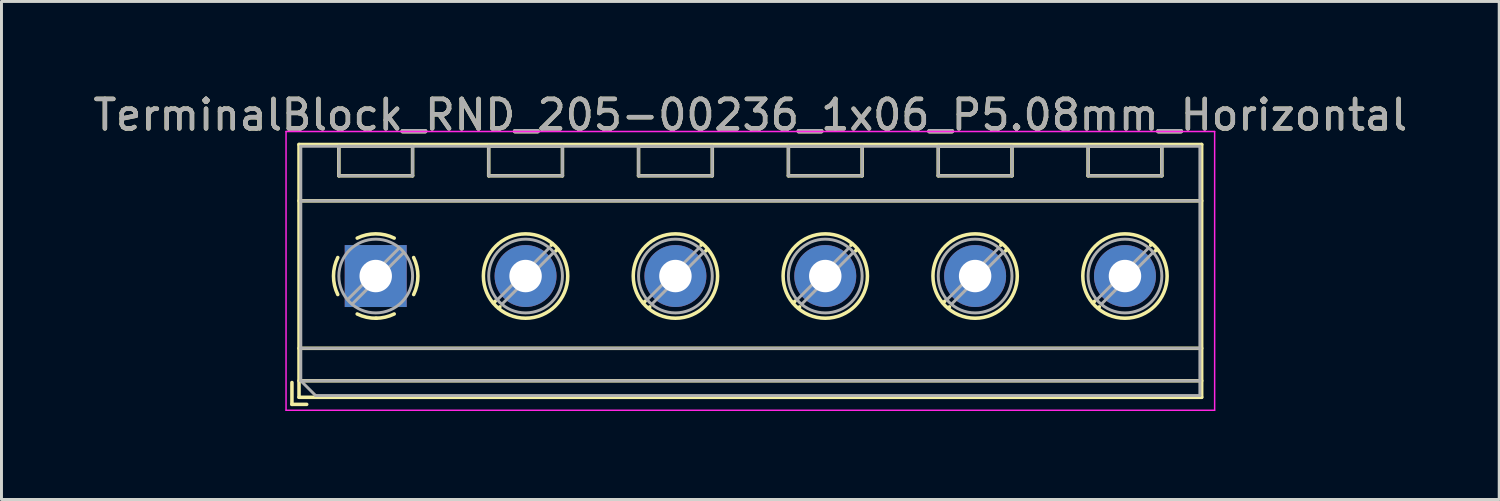
<source format=kicad_pcb>
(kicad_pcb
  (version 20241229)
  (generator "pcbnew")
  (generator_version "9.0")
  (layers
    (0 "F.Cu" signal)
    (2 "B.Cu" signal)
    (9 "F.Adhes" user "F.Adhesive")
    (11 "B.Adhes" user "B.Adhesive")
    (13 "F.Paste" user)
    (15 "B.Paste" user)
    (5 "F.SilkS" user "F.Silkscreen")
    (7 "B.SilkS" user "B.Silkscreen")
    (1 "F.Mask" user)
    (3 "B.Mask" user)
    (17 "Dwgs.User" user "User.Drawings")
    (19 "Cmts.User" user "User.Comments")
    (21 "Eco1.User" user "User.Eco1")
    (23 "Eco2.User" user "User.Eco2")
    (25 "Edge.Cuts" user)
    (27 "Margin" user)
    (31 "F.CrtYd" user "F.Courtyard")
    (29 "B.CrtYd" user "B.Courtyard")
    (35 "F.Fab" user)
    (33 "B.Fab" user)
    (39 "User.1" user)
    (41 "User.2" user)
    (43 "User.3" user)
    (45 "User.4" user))
  (footprint "TerminalBlock_RND_205-00236_1x06_P5.08mm_Horizontal"
    (layer "F.Cu")
    (at 9.687 6.308)
    (property "Reference" "TerminalBlock_RND_205-00236_1x06_P5.08mm_Horizontal" (at 12.7 -5.46 0) (layer "F.SilkS") (effects (font (size 1 1) (thickness 0.15))))
    (attr through_hole)
    (fp_line (start -2.84 3.61) (end -2.84 4.35) (stroke (width 0.12) (type solid)) (layer "F.SilkS"))
    (fp_line (start -2.84 4.35) (end -2.34 4.35) (stroke (width 0.12) (type solid)) (layer "F.SilkS"))
    (fp_line (start -2.6 -4.46) (end -2.6 4.11) (stroke (width 0.12) (type solid)) (layer "F.SilkS"))
    (fp_line (start -2.6 -4.46) (end 28 -4.46) (stroke (width 0.12) (type solid)) (layer "F.SilkS"))
    (fp_line (start -2.6 -2.55) (end 28 -2.55) (stroke (width 0.12) (type solid)) (layer "F.SilkS"))
    (fp_line (start -2.6 2.45) (end 28 2.45) (stroke (width 0.12) (type solid)) (layer "F.SilkS"))
    (fp_line (start -2.6 3.55) (end 28 3.55) (stroke (width 0.12) (type solid)) (layer "F.SilkS"))
    (fp_line (start -2.6 4.11) (end 28 4.11) (stroke (width 0.12) (type solid)) (layer "F.SilkS"))
    (fp_line (start -1.25 -4.4) (end -1.25 -3.4) (stroke (width 0.12) (type solid)) (layer "F.SilkS"))
    (fp_line (start -1.25 -4.4) (end 1.25 -4.4) (stroke (width 0.12) (type solid)) (layer "F.SilkS"))
    (fp_line (start -1.25 -3.4) (end 1.25 -3.4) (stroke (width 0.12) (type solid)) (layer "F.SilkS"))
    (fp_line (start 1.25 -4.4) (end 1.25 -3.4) (stroke (width 0.12) (type solid)) (layer "F.SilkS"))
    (fp_line (start 3.83 -4.4) (end 3.83 -3.4) (stroke (width 0.12) (type solid)) (layer "F.SilkS"))
    (fp_line (start 3.83 -4.4) (end 6.33 -4.4) (stroke (width 0.12) (type solid)) (layer "F.SilkS"))
    (fp_line (start 3.83 -3.4) (end 6.33 -3.4) (stroke (width 0.12) (type solid)) (layer "F.SilkS"))
    (fp_line (start 4.056 0.85) (end 3.996 0.91) (stroke (width 0.12) (type solid)) (layer "F.SilkS"))
    (fp_line (start 4.21 1.045) (end 4.17 1.085) (stroke (width 0.12) (type solid)) (layer "F.SilkS"))
    (fp_line (start 5.991 -1.085) (end 5.951 -1.045) (stroke (width 0.12) (type solid)) (layer "F.SilkS"))
    (fp_line (start 6.165 -0.91) (end 6.105 -0.851) (stroke (width 0.12) (type solid)) (layer "F.SilkS"))
    (fp_line (start 6.33 -4.4) (end 6.33 -3.4) (stroke (width 0.12) (type solid)) (layer "F.SilkS"))
    (fp_line (start 8.91 -4.4) (end 8.91 -3.4) (stroke (width 0.12) (type solid)) (layer "F.SilkS"))
    (fp_line (start 8.91 -4.4) (end 11.41 -4.4) (stroke (width 0.12) (type solid)) (layer "F.SilkS"))
    (fp_line (start 8.91 -3.4) (end 11.41 -3.4) (stroke (width 0.12) (type solid)) (layer "F.SilkS"))
    (fp_line (start 9.136 0.85) (end 9.076 0.91) (stroke (width 0.12) (type solid)) (layer "F.SilkS"))
    (fp_line (start 9.29 1.045) (end 9.25 1.085) (stroke (width 0.12) (type solid)) (layer "F.SilkS"))
    (fp_line (start 11.071 -1.085) (end 11.031 -1.045) (stroke (width 0.12) (type solid)) (layer "F.SilkS"))
    (fp_line (start 11.245 -0.91) (end 11.185 -0.851) (stroke (width 0.12) (type solid)) (layer "F.SilkS"))
    (fp_line (start 11.41 -4.4) (end 11.41 -3.4) (stroke (width 0.12) (type solid)) (layer "F.SilkS"))
    (fp_line (start 13.99 -4.4) (end 13.99 -3.4) (stroke (width 0.12) (type solid)) (layer "F.SilkS"))
    (fp_line (start 13.99 -4.4) (end 16.49 -4.4) (stroke (width 0.12) (type solid)) (layer "F.SilkS"))
    (fp_line (start 13.99 -3.4) (end 16.49 -3.4) (stroke (width 0.12) (type solid)) (layer "F.SilkS"))
    (fp_line (start 14.216 0.85) (end 14.156 0.91) (stroke (width 0.12) (type solid)) (layer "F.SilkS"))
    (fp_line (start 14.37 1.045) (end 14.33 1.085) (stroke (width 0.12) (type solid)) (layer "F.SilkS"))
    (fp_line (start 16.151 -1.085) (end 16.111 -1.045) (stroke (width 0.12) (type solid)) (layer "F.SilkS"))
    (fp_line (start 16.325 -0.91) (end 16.265 -0.851) (stroke (width 0.12) (type solid)) (layer "F.SilkS"))
    (fp_line (start 16.49 -4.4) (end 16.49 -3.4) (stroke (width 0.12) (type solid)) (layer "F.SilkS"))
    (fp_line (start 19.07 -4.4) (end 19.07 -3.4) (stroke (width 0.12) (type solid)) (layer "F.SilkS"))
    (fp_line (start 19.07 -4.4) (end 21.57 -4.4) (stroke (width 0.12) (type solid)) (layer "F.SilkS"))
    (fp_line (start 19.07 -3.4) (end 21.57 -3.4) (stroke (width 0.12) (type solid)) (layer "F.SilkS"))
    (fp_line (start 19.296 0.85) (end 19.236 0.91) (stroke (width 0.12) (type solid)) (layer "F.SilkS"))
    (fp_line (start 19.45 1.045) (end 19.41 1.085) (stroke (width 0.12) (type solid)) (layer "F.SilkS"))
    (fp_line (start 21.231 -1.085) (end 21.191 -1.045) (stroke (width 0.12) (type solid)) (layer "F.SilkS"))
    (fp_line (start 21.405 -0.91) (end 21.345 -0.851) (stroke (width 0.12) (type solid)) (layer "F.SilkS"))
    (fp_line (start 21.57 -4.4) (end 21.57 -3.4) (stroke (width 0.12) (type solid)) (layer "F.SilkS"))
    (fp_line (start 24.15 -4.4) (end 24.15 -3.4) (stroke (width 0.12) (type solid)) (layer "F.SilkS"))
    (fp_line (start 24.15 -4.4) (end 26.65 -4.4) (stroke (width 0.12) (type solid)) (layer "F.SilkS"))
    (fp_line (start 24.15 -3.4) (end 26.65 -3.4) (stroke (width 0.12) (type solid)) (layer "F.SilkS"))
    (fp_line (start 24.376 0.85) (end 24.316 0.91) (stroke (width 0.12) (type solid)) (layer "F.SilkS"))
    (fp_line (start 24.53 1.045) (end 24.49 1.085) (stroke (width 0.12) (type solid)) (layer "F.SilkS"))
    (fp_line (start 26.311 -1.085) (end 26.271 -1.045) (stroke (width 0.12) (type solid)) (layer "F.SilkS"))
    (fp_line (start 26.485 -0.91) (end 26.425 -0.851) (stroke (width 0.12) (type solid)) (layer "F.SilkS"))
    (fp_line (start 26.65 -4.4) (end 26.65 -3.4) (stroke (width 0.12) (type solid)) (layer "F.SilkS"))
    (fp_line (start 28 -4.46) (end 28 4.11) (stroke (width 0.12) (type solid)) (layer "F.SilkS"))
    (fp_arc (start -1.286611 0.626746) (mid -1.431146 -0.000697) (end -1.286 -0.628) (stroke (width 0.12) (type solid)) (layer "F.SilkS"))
    (fp_arc (start -0.627362 -1.285823) (mid -0.000201 -1.430707) (end 0.627 -1.286) (stroke (width 0.12) (type solid)) (layer "F.SilkS"))
    (fp_arc (start 0.02428 1.43094) (mid -0.310437 1.397071) (end -0.628 1.286) (stroke (width 0.12) (type solid)) (layer "F.SilkS"))
    (fp_arc (start 0.626871 1.285275) (mid 0.32168 1.393349) (end 0 1.43) (stroke (width 0.12) (type solid)) (layer "F.SilkS"))
    (fp_arc (start 1.285823 -0.627362) (mid 1.430707 -0.000201) (end 1.286 0.627) (stroke (width 0.12) (type solid)) (layer "F.SilkS"))
    (fp_circle (center 5.08 0) (end 6.51 0) (stroke (width 0.12) (type solid)) (fill no) (layer "F.SilkS"))
    (fp_circle (center 10.16 0) (end 11.59 0) (stroke (width 0.12) (type solid)) (fill no) (layer "F.SilkS"))
    (fp_circle (center 15.24 0) (end 16.67 0) (stroke (width 0.12) (type solid)) (fill no) (layer "F.SilkS"))
    (fp_circle (center 20.32 0) (end 21.75 0) (stroke (width 0.12) (type solid)) (fill no) (layer "F.SilkS"))
    (fp_circle (center 25.4 0) (end 26.83 0) (stroke (width 0.12) (type solid)) (fill no) (layer "F.SilkS"))
    (fp_line (start -3.04 -4.9) (end -3.04 4.55) (stroke (width 0.05) (type solid)) (layer "F.CrtYd"))
    (fp_line (start -3.04 4.55) (end 28.44 4.55) (stroke (width 0.05) (type solid)) (layer "F.CrtYd"))
    (fp_line (start 28.44 -4.9) (end -3.04 -4.9) (stroke (width 0.05) (type solid)) (layer "F.CrtYd"))
    (fp_line (start 28.44 4.55) (end 28.44 -4.9) (stroke (width 0.05) (type solid)) (layer "F.CrtYd"))
    (fp_line (start -2.54 -4.4) (end 27.94 -4.4) (stroke (width 0.1) (type solid)) (layer "F.Fab"))
    (fp_line (start -2.54 -2.55) (end 27.94 -2.55) (stroke (width 0.1) (type solid)) (layer "F.Fab"))
    (fp_line (start -2.54 2.45) (end 27.94 2.45) (stroke (width 0.1) (type solid)) (layer "F.Fab"))
    (fp_line (start -2.54 3.55) (end -2.54 -4.4) (stroke (width 0.1) (type solid)) (layer "F.Fab"))
    (fp_line (start -2.54 3.55) (end 27.94 3.55) (stroke (width 0.1) (type solid)) (layer "F.Fab"))
    (fp_line (start -2.04 4.05) (end -2.54 3.55) (stroke (width 0.1) (type solid)) (layer "F.Fab"))
    (fp_line (start -1.25 -4.4) (end -1.25 -3.4) (stroke (width 0.1) (type solid)) (layer "F.Fab"))
    (fp_line (start -1.25 -3.4) (end 1.25 -3.4) (stroke (width 0.1) (type solid)) (layer "F.Fab"))
    (fp_line (start 0.796 -0.948) (end -0.949 0.796) (stroke (width 0.1) (type solid)) (layer "F.Fab"))
    (fp_line (start 0.949 -0.796) (end -0.796 0.948) (stroke (width 0.1) (type solid)) (layer "F.Fab"))
    (fp_line (start 1.25 -4.4) (end -1.25 -4.4) (stroke (width 0.1) (type solid)) (layer "F.Fab"))
    (fp_line (start 1.25 -3.4) (end 1.25 -4.4) (stroke (width 0.1) (type solid)) (layer "F.Fab"))
    (fp_line (start 3.83 -4.4) (end 3.83 -3.4) (stroke (width 0.1) (type solid)) (layer "F.Fab"))
    (fp_line (start 3.83 -3.4) (end 6.33 -3.4) (stroke (width 0.1) (type solid)) (layer "F.Fab"))
    (fp_line (start 5.876 -0.948) (end 4.132 0.796) (stroke (width 0.1) (type solid)) (layer "F.Fab"))
    (fp_line (start 6.029 -0.796) (end 4.285 0.948) (stroke (width 0.1) (type solid)) (layer "F.Fab"))
    (fp_line (start 6.33 -4.4) (end 3.83 -4.4) (stroke (width 0.1) (type solid)) (layer "F.Fab"))
    (fp_line (start 6.33 -3.4) (end 6.33 -4.4) (stroke (width 0.1) (type solid)) (layer "F.Fab"))
    (fp_line (start 8.91 -4.4) (end 8.91 -3.4) (stroke (width 0.1) (type solid)) (layer "F.Fab"))
    (fp_line (start 8.91 -3.4) (end 11.41 -3.4) (stroke (width 0.1) (type solid)) (layer "F.Fab"))
    (fp_line (start 10.956 -0.948) (end 9.212 0.796) (stroke (width 0.1) (type solid)) (layer "F.Fab"))
    (fp_line (start 11.109 -0.796) (end 9.365 0.948) (stroke (width 0.1) (type solid)) (layer "F.Fab"))
    (fp_line (start 11.41 -4.4) (end 8.91 -4.4) (stroke (width 0.1) (type solid)) (layer "F.Fab"))
    (fp_line (start 11.41 -3.4) (end 11.41 -4.4) (stroke (width 0.1) (type solid)) (layer "F.Fab"))
    (fp_line (start 13.99 -4.4) (end 13.99 -3.4) (stroke (width 0.1) (type solid)) (layer "F.Fab"))
    (fp_line (start 13.99 -3.4) (end 16.49 -3.4) (stroke (width 0.1) (type solid)) (layer "F.Fab"))
    (fp_line (start 16.036 -0.948) (end 14.292 0.796) (stroke (width 0.1) (type solid)) (layer "F.Fab"))
    (fp_line (start 16.189 -0.796) (end 14.445 0.948) (stroke (width 0.1) (type solid)) (layer "F.Fab"))
    (fp_line (start 16.49 -4.4) (end 13.99 -4.4) (stroke (width 0.1) (type solid)) (layer "F.Fab"))
    (fp_line (start 16.49 -3.4) (end 16.49 -4.4) (stroke (width 0.1) (type solid)) (layer "F.Fab"))
    (fp_line (start 19.07 -4.4) (end 19.07 -3.4) (stroke (width 0.1) (type solid)) (layer "F.Fab"))
    (fp_line (start 19.07 -3.4) (end 21.57 -3.4) (stroke (width 0.1) (type solid)) (layer "F.Fab"))
    (fp_line (start 21.116 -0.948) (end 19.372 0.796) (stroke (width 0.1) (type solid)) (layer "F.Fab"))
    (fp_line (start 21.269 -0.796) (end 19.525 0.948) (stroke (width 0.1) (type solid)) (layer "F.Fab"))
    (fp_line (start 21.57 -4.4) (end 19.07 -4.4) (stroke (width 0.1) (type solid)) (layer "F.Fab"))
    (fp_line (start 21.57 -3.4) (end 21.57 -4.4) (stroke (width 0.1) (type solid)) (layer "F.Fab"))
    (fp_line (start 24.15 -4.4) (end 24.15 -3.4) (stroke (width 0.1) (type solid)) (layer "F.Fab"))
    (fp_line (start 24.15 -3.4) (end 26.65 -3.4) (stroke (width 0.1) (type solid)) (layer "F.Fab"))
    (fp_line (start 26.196 -0.948) (end 24.452 0.796) (stroke (width 0.1) (type solid)) (layer "F.Fab"))
    (fp_line (start 26.349 -0.796) (end 24.605 0.948) (stroke (width 0.1) (type solid)) (layer "F.Fab"))
    (fp_line (start 26.65 -4.4) (end 24.15 -4.4) (stroke (width 0.1) (type solid)) (layer "F.Fab"))
    (fp_line (start 26.65 -3.4) (end 26.65 -4.4) (stroke (width 0.1) (type solid)) (layer "F.Fab"))
    (fp_line (start 27.94 -4.4) (end 27.94 4.05) (stroke (width 0.1) (type solid)) (layer "F.Fab"))
    (fp_line (start 27.94 4.05) (end -2.04 4.05) (stroke (width 0.1) (type solid)) (layer "F.Fab"))
    (fp_circle (center 0 0) (end 1.25 0) (stroke (width 0.1) (type solid)) (fill no) (layer "F.Fab"))
    (fp_circle (center 5.08 0) (end 6.33 0) (stroke (width 0.1) (type solid)) (fill no) (layer "F.Fab"))
    (fp_circle (center 10.16 0) (end 11.41 0) (stroke (width 0.1) (type solid)) (fill no) (layer "F.Fab"))
    (fp_circle (center 15.24 0) (end 16.49 0) (stroke (width 0.1) (type solid)) (fill no) (layer "F.Fab"))
    (fp_circle (center 20.32 0) (end 21.57 0) (stroke (width 0.1) (type solid)) (fill no) (layer "F.Fab"))
    (fp_circle (center 25.4 0) (end 26.65 0) (stroke (width 0.1) (type solid)) (fill no) (layer "F.Fab"))
    (fp_text user "${REFERENCE}" (at 12.7 -5.46 0) (layer "F.Fab") (effects (font (size 1 1) (thickness 0.15))))
    (pad "1" thru_hole rect (at 0 0) (size 2.1 2.1) (drill 1.1) (layers "*.Cu" "*.Mask"))
    (pad "2" thru_hole circle (at 5.08 0) (size 2.1 2.1) (drill 1.1) (layers "*.Cu" "*.Mask"))
    (pad "3" thru_hole circle (at 10.16 0) (size 2.1 2.1) (drill 1.1) (layers "*.Cu" "*.Mask"))
    (pad "4" thru_hole circle (at 15.24 0) (size 2.1 2.1) (drill 1.1) (layers "*.Cu" "*.Mask"))
    (pad "5" thru_hole circle (at 20.32 0) (size 2.1 2.1) (drill 1.1) (layers "*.Cu" "*.Mask"))
    (pad "6" thru_hole circle (at 25.4 0) (size 2.1 2.1) (drill 1.1) (layers "*.Cu" "*.Mask")))
  (gr_rect
    (start -3 -3)
    (end 47.774 13.883)
    (stroke (width 0.1) (type default))
    (fill no)
    (layer "Edge.Cuts")))
</source>
